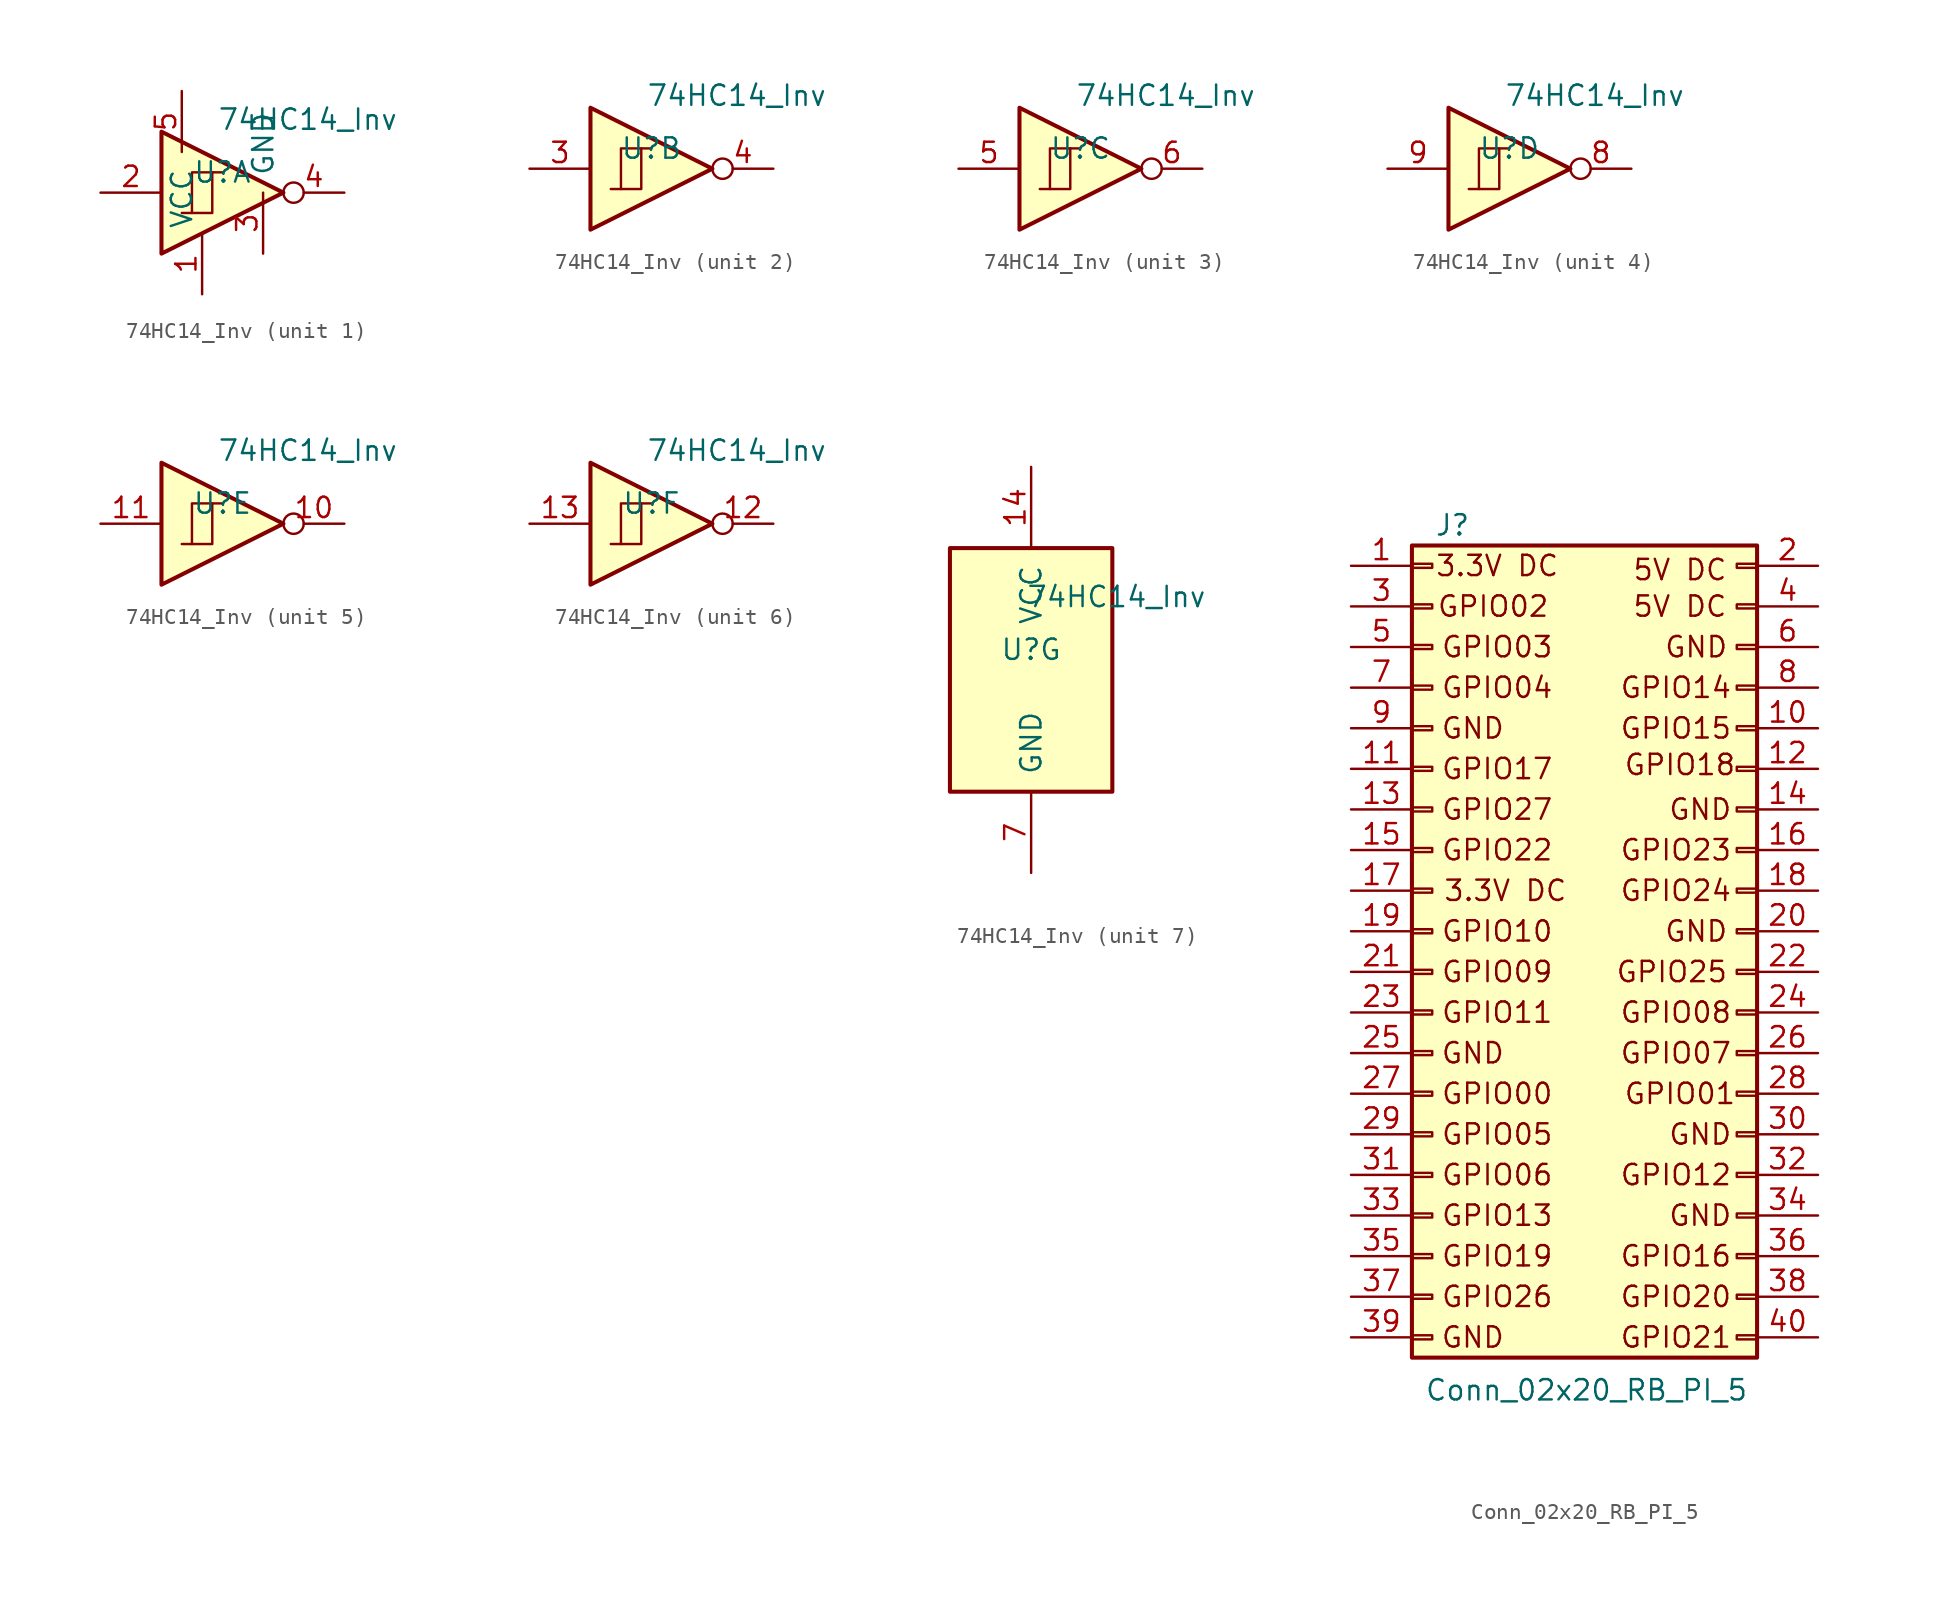
<source format=kicad_sym>
(kicad_symbol_lib
  (version 20231120)
  (generator "kicad_symbol_editor")
  (generator_version "8.0")
  (symbol "74HC14_Inv"
    (pin_names
      (offset 1.016))
    (property "Reference" "U"
      (at 0 1.27 0)
      (effects (font (size 1.27 1.27))))
    (property "Value" "74HC14_Inv"
      (at 5.334 4.572 0)
      (effects (font (size 1.27 1.27))))
    (property "ki_locked" ""
      (at 0 0 0)
      (effects (font (size 1.27 1.27))))
    (symbol "74HC14_Inv_1_0"
      (polyline (pts (xy -3.81 3.81) (xy -3.81 -3.81) (xy 3.81 0) (xy -3.81 3.81)) (stroke (width 0.254) (type default)) (fill (type background)))
      (pin free line (at -1.27 -6.35 90) (length 3.81) (name "" (effects (font (size 1.27 1.27)))) (number "1" (effects (font (size 1.27 1.27)))))
      (pin input line (at -7.62 0 0) (length 3.81) (name "~" (effects (font (size 1.27 1.27)))) (number "2" (effects (font (size 1.27 1.27)))))
      (pin power_out line (at 2.54 -3.81 90) (length 3.81) (name "GND" (effects (font (size 1.27 1.27)))) (number "3" (effects (font (size 1.27 1.27)))))
      (pin output inverted (at 7.62 0 180) (length 3.81) (name "~" (effects (font (size 1.27 1.27)))) (number "4" (effects (font (size 1.27 1.27)))))
      (pin power_in line (at -2.54 6.35 270) (length 3.81) (name "VCC" (effects (font (size 1.27 1.27)))) (number "5" (effects (font (size 1.27 1.27))))))
    (symbol "74HC14_Inv_1_1"
      (polyline (pts (xy -1.905 -1.27) (xy -1.905 1.27) (xy -0.635 1.27)) (stroke (width 0) (type default)) (fill (type none)))
      (polyline (pts (xy -2.54 -1.27) (xy -0.635 -1.27) (xy -0.635 1.27) (xy 0 1.27)) (stroke (width 0) (type default)) (fill (type none))))
    (symbol "74HC14_Inv_2_0"
      (polyline (pts (xy -3.81 3.81) (xy -3.81 -3.81) (xy 3.81 0) (xy -3.81 3.81)) (stroke (width 0.254) (type default)) (fill (type background)))
      (pin input line (at -7.62 0 0) (length 3.81) (name "~" (effects (font (size 1.27 1.27)))) (number "3" (effects (font (size 1.27 1.27)))))
      (pin output inverted (at 7.62 0 180) (length 3.81) (name "~" (effects (font (size 1.27 1.27)))) (number "4" (effects (font (size 1.27 1.27))))))
    (symbol "74HC14_Inv_2_1"
      (polyline (pts (xy -1.905 -1.27) (xy -1.905 1.27) (xy -0.635 1.27)) (stroke (width 0) (type default)) (fill (type none)))
      (polyline (pts (xy -2.54 -1.27) (xy -0.635 -1.27) (xy -0.635 1.27) (xy 0 1.27)) (stroke (width 0) (type default)) (fill (type none))))
    (symbol "74HC14_Inv_3_0"
      (polyline (pts (xy -3.81 3.81) (xy -3.81 -3.81) (xy 3.81 0) (xy -3.81 3.81)) (stroke (width 0.254) (type default)) (fill (type background)))
      (pin input line (at -7.62 0 0) (length 3.81) (name "~" (effects (font (size 1.27 1.27)))) (number "5" (effects (font (size 1.27 1.27)))))
      (pin output inverted (at 7.62 0 180) (length 3.81) (name "~" (effects (font (size 1.27 1.27)))) (number "6" (effects (font (size 1.27 1.27))))))
    (symbol "74HC14_Inv_3_1"
      (polyline (pts (xy -1.905 -1.27) (xy -1.905 1.27) (xy -0.635 1.27)) (stroke (width 0) (type default)) (fill (type none)))
      (polyline (pts (xy -2.54 -1.27) (xy -0.635 -1.27) (xy -0.635 1.27) (xy 0 1.27)) (stroke (width 0) (type default)) (fill (type none))))
    (symbol "74HC14_Inv_4_0"
      (polyline (pts (xy -3.81 3.81) (xy -3.81 -3.81) (xy 3.81 0) (xy -3.81 3.81)) (stroke (width 0.254) (type default)) (fill (type background)))
      (pin output inverted (at 7.62 0 180) (length 3.81) (name "~" (effects (font (size 1.27 1.27)))) (number "8" (effects (font (size 1.27 1.27)))))
      (pin input line (at -7.62 0 0) (length 3.81) (name "~" (effects (font (size 1.27 1.27)))) (number "9" (effects (font (size 1.27 1.27))))))
    (symbol "74HC14_Inv_4_1"
      (polyline (pts (xy -1.905 -1.27) (xy -1.905 1.27) (xy -0.635 1.27)) (stroke (width 0) (type default)) (fill (type none)))
      (polyline (pts (xy -2.54 -1.27) (xy -0.635 -1.27) (xy -0.635 1.27) (xy 0 1.27)) (stroke (width 0) (type default)) (fill (type none))))
    (symbol "74HC14_Inv_5_0"
      (polyline (pts (xy -3.81 3.81) (xy -3.81 -3.81) (xy 3.81 0) (xy -3.81 3.81)) (stroke (width 0.254) (type default)) (fill (type background)))
      (pin output inverted (at 7.62 0 180) (length 3.81) (name "~" (effects (font (size 1.27 1.27)))) (number "10" (effects (font (size 1.27 1.27)))))
      (pin input line (at -7.62 0 0) (length 3.81) (name "~" (effects (font (size 1.27 1.27)))) (number "11" (effects (font (size 1.27 1.27))))))
    (symbol "74HC14_Inv_5_1"
      (polyline (pts (xy -1.905 -1.27) (xy -1.905 1.27) (xy -0.635 1.27)) (stroke (width 0) (type default)) (fill (type none)))
      (polyline (pts (xy -2.54 -1.27) (xy -0.635 -1.27) (xy -0.635 1.27) (xy 0 1.27)) (stroke (width 0) (type default)) (fill (type none))))
    (symbol "74HC14_Inv_6_0"
      (polyline (pts (xy -3.81 3.81) (xy -3.81 -3.81) (xy 3.81 0) (xy -3.81 3.81)) (stroke (width 0.254) (type default)) (fill (type background)))
      (pin output inverted (at 7.62 0 180) (length 3.81) (name "~" (effects (font (size 1.27 1.27)))) (number "12" (effects (font (size 1.27 1.27)))))
      (pin input line (at -7.62 0 0) (length 3.81) (name "~" (effects (font (size 1.27 1.27)))) (number "13" (effects (font (size 1.27 1.27))))))
    (symbol "74HC14_Inv_6_1"
      (polyline (pts (xy -1.905 -1.27) (xy -1.905 1.27) (xy -0.635 1.27)) (stroke (width 0) (type default)) (fill (type none)))
      (polyline (pts (xy -2.54 -1.27) (xy -0.635 -1.27) (xy -0.635 1.27) (xy 0 1.27)) (stroke (width 0) (type default)) (fill (type none))))
    (symbol "74HC14_Inv_7_0"
      (pin power_in line (at 0 12.7 270) (length 5.08) (name "VCC" (effects (font (size 1.27 1.27)))) (number "14" (effects (font (size 1.27 1.27)))))
      (pin power_in line (at 0 -12.7 90) (length 5.08) (name "GND" (effects (font (size 1.27 1.27)))) (number "7" (effects (font (size 1.27 1.27))))))
    (symbol "74HC14_Inv_7_1"
      (rectangle (start -5.08 7.62) (end 5.08 -7.62) (stroke (width 0.254) (type default)) (fill (type background)))))
  (symbol "Conn_02x20_RB_PI_5"
    (pin_names
      (offset 1.016) hide)
    (property "Reference" "J"
      (at -8.89 25.4 0)
      (effects (font (size 1.27 1.27))))
    (property "Value" "Conn_02x20_RB_PI_5"
      (at -0.508 -28.702 0)
      (effects (font (size 1.27 1.27))))
    (symbol "Conn_02x20_RB_PI_5_1_1"
      (rectangle (start -11.43 -25.273) (end -10.16 -25.527) (stroke (width 0.152) (type default)) (fill (type none)))
      (rectangle (start -11.43 -22.733) (end -10.16 -22.987) (stroke (width 0.152) (type default)) (fill (type none)))
      (rectangle (start -11.43 -20.193) (end -10.16 -20.447) (stroke (width 0.152) (type default)) (fill (type none)))
      (rectangle (start -11.43 -17.653) (end -10.16 -17.907) (stroke (width 0.152) (type default)) (fill (type none)))
      (rectangle (start -11.43 -15.113) (end -10.16 -15.367) (stroke (width 0.152) (type default)) (fill (type none)))
      (rectangle (start -11.43 -12.573) (end -10.16 -12.827) (stroke (width 0.152) (type default)) (fill (type none)))
      (rectangle (start -11.43 -10.033) (end -10.16 -10.287) (stroke (width 0.152) (type default)) (fill (type none)))
      (rectangle (start -11.43 -7.493) (end -10.16 -7.747) (stroke (width 0.152) (type default)) (fill (type none)))
      (rectangle (start -11.43 -4.953) (end -10.16 -5.207) (stroke (width 0.152) (type default)) (fill (type none)))
      (rectangle (start -11.43 -2.413) (end -10.16 -2.667) (stroke (width 0.152) (type default)) (fill (type none)))
      (rectangle (start -11.43 0.127) (end -10.16 -0.127) (stroke (width 0.152) (type default)) (fill (type none)))
      (rectangle (start -11.43 2.667) (end -10.16 2.413) (stroke (width 0.152) (type default)) (fill (type none)))
      (rectangle (start -11.43 5.207) (end -10.16 4.953) (stroke (width 0.152) (type default)) (fill (type none)))
      (rectangle (start -11.43 7.747) (end -10.16 7.493) (stroke (width 0.152) (type default)) (fill (type none)))
      (rectangle (start -11.43 10.287) (end -10.16 10.033) (stroke (width 0.152) (type default)) (fill (type none)))
      (rectangle (start -11.43 12.827) (end -10.16 12.573) (stroke (width 0.152) (type default)) (fill (type none)))
      (rectangle (start -11.43 15.367) (end -10.16 15.113) (stroke (width 0.152) (type default)) (fill (type none)))
      (rectangle (start -11.43 17.907) (end -10.16 17.653) (stroke (width 0.152) (type default)) (fill (type none)))
      (rectangle (start -11.43 20.447) (end -10.16 20.193) (stroke (width 0.152) (type default)) (fill (type none)))
      (rectangle (start -11.43 22.987) (end -10.16 22.733) (stroke (width 0.152) (type default)) (fill (type none)))
      (rectangle (start -11.43 24.13) (end 10.16 -26.67) (stroke (width 0.254) (type default)) (fill (type background)))
      (rectangle (start 10.16 -25.273) (end 8.89 -25.527) (stroke (width 0.152) (type default)) (fill (type none)))
      (rectangle (start 10.16 -22.733) (end 8.89 -22.987) (stroke (width 0.152) (type default)) (fill (type none)))
      (rectangle (start 10.16 -20.193) (end 8.89 -20.447) (stroke (width 0.152) (type default)) (fill (type none)))
      (rectangle (start 10.16 -17.653) (end 8.89 -17.907) (stroke (width 0.152) (type default)) (fill (type none)))
      (rectangle (start 10.16 -15.113) (end 8.89 -15.367) (stroke (width 0.152) (type default)) (fill (type none)))
      (rectangle (start 10.16 -12.573) (end 8.89 -12.827) (stroke (width 0.152) (type default)) (fill (type none)))
      (rectangle (start 10.16 -10.033) (end 8.89 -10.287) (stroke (width 0.152) (type default)) (fill (type none)))
      (rectangle (start 10.16 -7.493) (end 8.89 -7.747) (stroke (width 0.152) (type default)) (fill (type none)))
      (rectangle (start 10.16 -4.953) (end 8.89 -5.207) (stroke (width 0.152) (type default)) (fill (type none)))
      (rectangle (start 10.16 -2.413) (end 8.89 -2.667) (stroke (width 0.152) (type default)) (fill (type none)))
      (rectangle (start 10.16 0.127) (end 8.89 -0.127) (stroke (width 0.152) (type default)) (fill (type none)))
      (rectangle (start 10.16 2.667) (end 8.89 2.413) (stroke (width 0.152) (type default)) (fill (type none)))
      (rectangle (start 10.16 5.207) (end 8.89 4.953) (stroke (width 0.152) (type default)) (fill (type none)))
      (rectangle (start 10.16 7.747) (end 8.89 7.493) (stroke (width 0.152) (type default)) (fill (type none)))
      (rectangle (start 10.16 10.287) (end 8.89 10.033) (stroke (width 0.152) (type default)) (fill (type none)))
      (rectangle (start 10.16 12.827) (end 8.89 12.573) (stroke (width 0.152) (type default)) (fill (type none)))
      (rectangle (start 10.16 15.367) (end 8.89 15.113) (stroke (width 0.152) (type default)) (fill (type none)))
      (rectangle (start 10.16 17.907) (end 8.89 17.653) (stroke (width 0.152) (type default)) (fill (type none)))
      (rectangle (start 10.16 20.447) (end 8.89 20.193) (stroke (width 0.152) (type default)) (fill (type none)))
      (rectangle (start 10.16 22.987) (end 8.89 22.733) (stroke (width 0.152) (type default)) (fill (type none)))
      (text "3.3V DC" (at -5.588 2.54 0) (effects (font (size 1.27 1.27))))
      (text "3.3V DC\n" (at -6.096 22.86 0) (effects (font (size 1.27 1.27))))
      (text "5V DC\n" (at 5.334 20.32 0) (effects (font (size 1.27 1.27))))
      (text "5V DC\n" (at 5.334 22.606 0) (effects (font (size 1.27 1.27))))
      (text "GND" (at -7.62 -7.62 0) (effects (font (size 1.27 1.27))))
      (text "GND" (at -7.62 12.7 0) (effects (font (size 1.27 1.27))))
      (text "GND" (at 6.35 0 0) (effects (font (size 1.27 1.27))))
      (text "GND" (at 6.35 17.78 0) (effects (font (size 1.27 1.27))))
      (text "GND" (at 6.604 -12.7 0) (effects (font (size 1.27 1.27))))
      (text "GND" (at 6.604 7.62 0) (effects (font (size 1.27 1.27))))
      (text "GND\n" (at -7.62 -25.4 0) (effects (font (size 1.27 1.27))))
      (text "GND\n" (at 6.604 -17.78 0) (effects (font (size 1.27 1.27))))
      (text "GPIO00" (at -6.096 -10.16 0) (effects (font (size 1.27 1.27))))
      (text "GPIO01" (at 5.334 -10.16 0) (effects (font (size 1.27 1.27))))
      (text "GPIO02" (at -6.35 20.32 0) (effects (font (size 1.27 1.27))))
      (text "GPIO03" (at -6.096 17.78 0) (effects (font (size 1.27 1.27))))
      (text "GPIO04" (at -6.096 15.24 0) (effects (font (size 1.27 1.27))))
      (text "GPIO05" (at -6.096 -12.7 0) (effects (font (size 1.27 1.27))))
      (text "GPIO06" (at -6.096 -15.24 0) (effects (font (size 1.27 1.27))))
      (text "GPIO07" (at 5.08 -7.62 0) (effects (font (size 1.27 1.27))))
      (text "GPIO08" (at 5.08 -5.08 0) (effects (font (size 1.27 1.27))))
      (text "GPIO09" (at -6.096 -2.54 0) (effects (font (size 1.27 1.27))))
      (text "GPIO10" (at -6.096 0 0) (effects (font (size 1.27 1.27))))
      (text "GPIO11" (at -6.096 -5.08 0) (effects (font (size 1.27 1.27))))
      (text "GPIO12" (at 5.08 -15.24 0) (effects (font (size 1.27 1.27))))
      (text "GPIO13" (at -6.096 -17.78 0) (effects (font (size 1.27 1.27))))
      (text "GPIO14\n" (at 5.08 15.24 0) (effects (font (size 1.27 1.27))))
      (text "GPIO15\n" (at 5.08 12.7 0) (effects (font (size 1.27 1.27))))
      (text "GPIO16" (at 5.08 -20.32 0) (effects (font (size 1.27 1.27))))
      (text "GPIO17" (at -6.096 10.16 0) (effects (font (size 1.27 1.27))))
      (text "GPIO18" (at 5.334 10.414 0) (effects (font (size 1.27 1.27))))
      (text "GPIO19" (at -6.096 -20.32 0) (effects (font (size 1.27 1.27))))
      (text "GPIO20" (at 5.08 -22.86 0) (effects (font (size 1.27 1.27))))
      (text "GPIO21" (at 5.08 -25.4 0) (effects (font (size 1.27 1.27))))
      (text "GPIO22" (at -6.096 5.08 0) (effects (font (size 1.27 1.27))))
      (text "GPIO23" (at 5.08 5.08 0) (effects (font (size 1.27 1.27))))
      (text "GPIO24" (at 5.08 2.54 0) (effects (font (size 1.27 1.27))))
      (text "GPIO25\n" (at 4.826 -2.54 0) (effects (font (size 1.27 1.27))))
      (text "GPIO26" (at -6.096 -22.86 0) (effects (font (size 1.27 1.27))))
      (text "GPIO27" (at -6.096 7.62 0) (effects (font (size 1.27 1.27))))
      (pin power_out line (at -15.24 22.86 0) (length 3.81) (name "Pin_1" (effects (font (size 1.27 1.27)))) (number "1" (effects (font (size 1.27 1.27)))))
      (pin bidirectional line (at 13.97 12.7 180) (length 3.81) (name "Pin_10" (effects (font (size 1.27 1.27)))) (number "10" (effects (font (size 1.27 1.27)))))
      (pin bidirectional line (at -15.24 10.16 0) (length 3.81) (name "Pin_11" (effects (font (size 1.27 1.27)))) (number "11" (effects (font (size 1.27 1.27)))))
      (pin bidirectional line (at 13.97 10.16 180) (length 3.81) (name "Pin_12" (effects (font (size 1.27 1.27)))) (number "12" (effects (font (size 1.27 1.27)))))
      (pin bidirectional line (at -15.24 7.62 0) (length 3.81) (name "Pin_13" (effects (font (size 1.27 1.27)))) (number "13" (effects (font (size 1.27 1.27)))))
      (pin power_out line (at 13.97 7.62 180) (length 3.81) (name "Pin_14" (effects (font (size 1.27 1.27)))) (number "14" (effects (font (size 1.27 1.27)))))
      (pin bidirectional line (at -15.24 5.08 0) (length 3.81) (name "Pin_15" (effects (font (size 1.27 1.27)))) (number "15" (effects (font (size 1.27 1.27)))))
      (pin bidirectional line (at 13.97 5.08 180) (length 3.81) (name "Pin_16" (effects (font (size 1.27 1.27)))) (number "16" (effects (font (size 1.27 1.27)))))
      (pin power_out line (at -15.24 2.54 0) (length 3.81) (name "Pin_17" (effects (font (size 1.27 1.27)))) (number "17" (effects (font (size 1.27 1.27)))))
      (pin bidirectional line (at 13.97 2.54 180) (length 3.81) (name "Pin_18" (effects (font (size 1.27 1.27)))) (number "18" (effects (font (size 1.27 1.27)))))
      (pin bidirectional line (at -15.24 0 0) (length 3.81) (name "Pin_19" (effects (font (size 1.27 1.27)))) (number "19" (effects (font (size 1.27 1.27)))))
      (pin power_in line (at 13.97 22.86 180) (length 3.81) (name "Pin_2" (effects (font (size 1.27 1.27)))) (number "2" (effects (font (size 1.27 1.27)))))
      (pin power_out line (at 13.97 0 180) (length 3.81) (name "Pin_20" (effects (font (size 1.27 1.27)))) (number "20" (effects (font (size 1.27 1.27)))))
      (pin bidirectional line (at -15.24 -2.54 0) (length 3.81) (name "Pin_21" (effects (font (size 1.27 1.27)))) (number "21" (effects (font (size 1.27 1.27)))))
      (pin bidirectional line (at 13.97 -2.54 180) (length 3.81) (name "Pin_22" (effects (font (size 1.27 1.27)))) (number "22" (effects (font (size 1.27 1.27)))))
      (pin bidirectional line (at -15.24 -5.08 0) (length 3.81) (name "Pin_23" (effects (font (size 1.27 1.27)))) (number "23" (effects (font (size 1.27 1.27)))))
      (pin bidirectional line (at 13.97 -5.08 180) (length 3.81) (name "Pin_24" (effects (font (size 1.27 1.27)))) (number "24" (effects (font (size 1.27 1.27)))))
      (pin power_out line (at -15.24 -7.62 0) (length 3.81) (name "Pin_25" (effects (font (size 1.27 1.27)))) (number "25" (effects (font (size 1.27 1.27)))))
      (pin bidirectional line (at 13.97 -7.62 180) (length 3.81) (name "Pin_26" (effects (font (size 1.27 1.27)))) (number "26" (effects (font (size 1.27 1.27)))))
      (pin bidirectional line (at -15.24 -10.16 0) (length 3.81) (name "Pin_27" (effects (font (size 1.27 1.27)))) (number "27" (effects (font (size 1.27 1.27)))))
      (pin bidirectional line (at 13.97 -10.16 180) (length 3.81) (name "Pin_28" (effects (font (size 1.27 1.27)))) (number "28" (effects (font (size 1.27 1.27)))))
      (pin bidirectional line (at -15.24 -12.7 0) (length 3.81) (name "Pin_29" (effects (font (size 1.27 1.27)))) (number "29" (effects (font (size 1.27 1.27)))))
      (pin bidirectional line (at -15.24 20.32 0) (length 3.81) (name "Pin_3" (effects (font (size 1.27 1.27)))) (number "3" (effects (font (size 1.27 1.27)))))
      (pin power_out line (at 13.97 -12.7 180) (length 3.81) (name "Pin_30" (effects (font (size 1.27 1.27)))) (number "30" (effects (font (size 1.27 1.27)))))
      (pin bidirectional line (at -15.24 -15.24 0) (length 3.81) (name "Pin_31" (effects (font (size 1.27 1.27)))) (number "31" (effects (font (size 1.27 1.27)))))
      (pin bidirectional line (at 13.97 -15.24 180) (length 3.81) (name "Pin_32" (effects (font (size 1.27 1.27)))) (number "32" (effects (font (size 1.27 1.27)))))
      (pin bidirectional line (at -15.24 -17.78 0) (length 3.81) (name "Pin_33" (effects (font (size 1.27 1.27)))) (number "33" (effects (font (size 1.27 1.27)))))
      (pin power_out line (at 13.97 -17.78 180) (length 3.81) (name "Pin_34" (effects (font (size 1.27 1.27)))) (number "34" (effects (font (size 1.27 1.27)))))
      (pin bidirectional line (at -15.24 -20.32 0) (length 3.81) (name "Pin_35" (effects (font (size 1.27 1.27)))) (number "35" (effects (font (size 1.27 1.27)))))
      (pin bidirectional line (at 13.97 -20.32 180) (length 3.81) (name "Pin_36" (effects (font (size 1.27 1.27)))) (number "36" (effects (font (size 1.27 1.27)))))
      (pin bidirectional line (at -15.24 -22.86 0) (length 3.81) (name "Pin_37" (effects (font (size 1.27 1.27)))) (number "37" (effects (font (size 1.27 1.27)))))
      (pin bidirectional line (at 13.97 -22.86 180) (length 3.81) (name "Pin_38" (effects (font (size 1.27 1.27)))) (number "38" (effects (font (size 1.27 1.27)))))
      (pin power_out line (at -15.24 -25.4 0) (length 3.81) (name "Pin_39" (effects (font (size 1.27 1.27)))) (number "39" (effects (font (size 1.27 1.27)))))
      (pin power_in line (at 13.97 20.32 180) (length 3.81) (name "Pin_4" (effects (font (size 1.27 1.27)))) (number "4" (effects (font (size 1.27 1.27)))))
      (pin bidirectional line (at 13.97 -25.4 180) (length 3.81) (name "Pin_40" (effects (font (size 1.27 1.27)))) (number "40" (effects (font (size 1.27 1.27)))))
      (pin bidirectional line (at -15.24 17.78 0) (length 3.81) (name "Pin_5" (effects (font (size 1.27 1.27)))) (number "5" (effects (font (size 1.27 1.27)))))
      (pin power_out line (at 13.97 17.78 180) (length 3.81) (name "Pin_6" (effects (font (size 1.27 1.27)))) (number "6" (effects (font (size 1.27 1.27)))))
      (pin bidirectional line (at -15.24 15.24 0) (length 3.81) (name "Pin_7" (effects (font (size 1.27 1.27)))) (number "7" (effects (font (size 1.27 1.27)))))
      (pin bidirectional line (at 13.97 15.24 180) (length 3.81) (name "Pin_8" (effects (font (size 1.27 1.27)))) (number "8" (effects (font (size 1.27 1.27)))))
      (pin power_out line (at -15.24 12.7 0) (length 3.81) (name "Pin_9" (effects (font (size 1.27 1.27)))) (number "9" (effects (font (size 1.27 1.27))))))))
</source>
